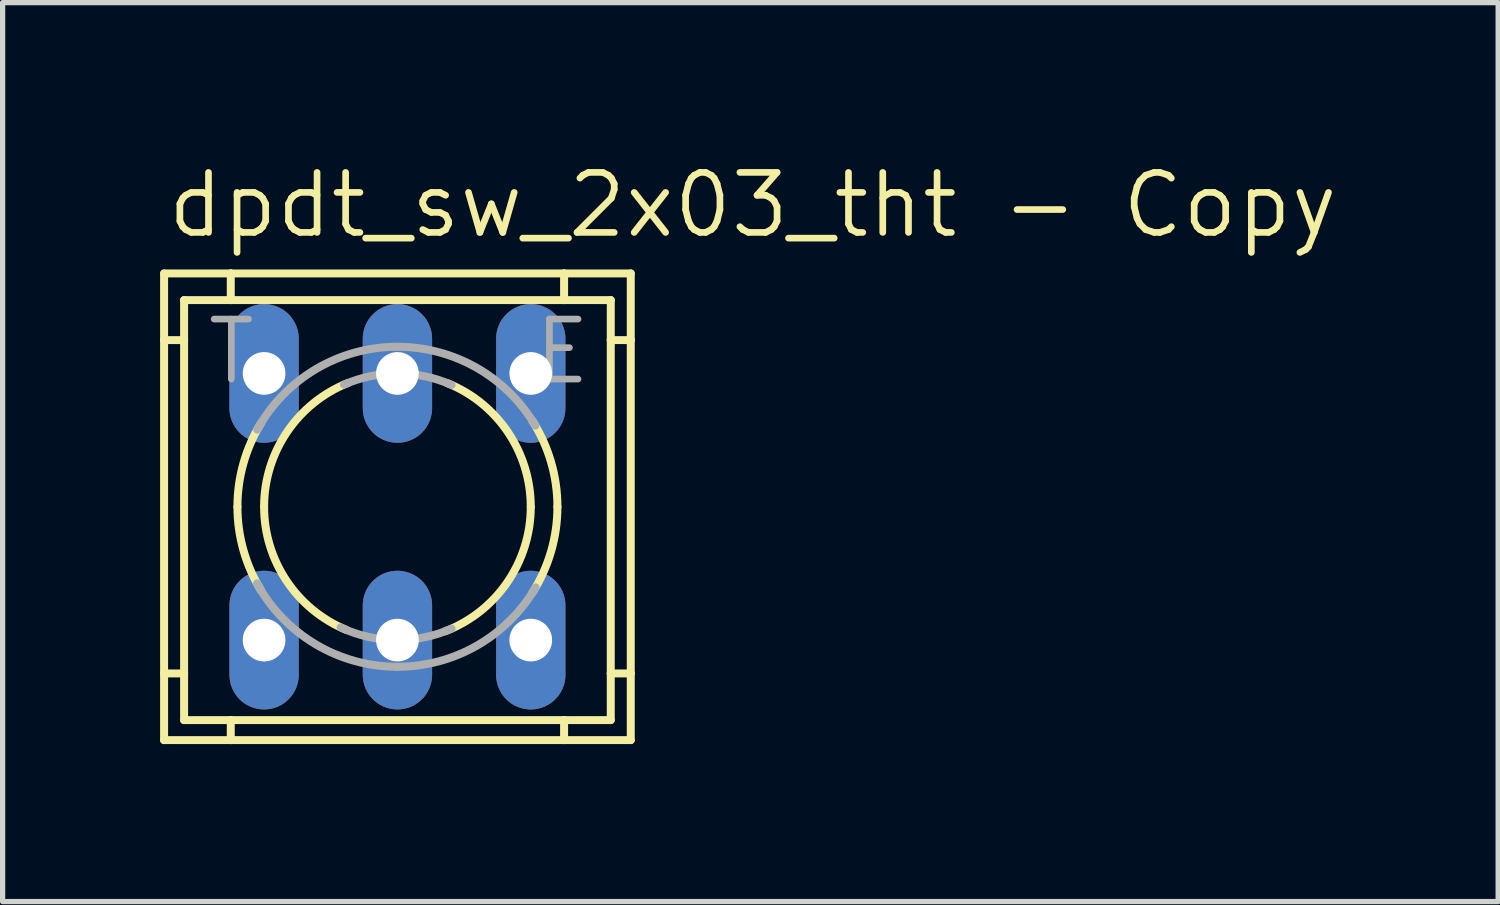
<source format=kicad_pcb>
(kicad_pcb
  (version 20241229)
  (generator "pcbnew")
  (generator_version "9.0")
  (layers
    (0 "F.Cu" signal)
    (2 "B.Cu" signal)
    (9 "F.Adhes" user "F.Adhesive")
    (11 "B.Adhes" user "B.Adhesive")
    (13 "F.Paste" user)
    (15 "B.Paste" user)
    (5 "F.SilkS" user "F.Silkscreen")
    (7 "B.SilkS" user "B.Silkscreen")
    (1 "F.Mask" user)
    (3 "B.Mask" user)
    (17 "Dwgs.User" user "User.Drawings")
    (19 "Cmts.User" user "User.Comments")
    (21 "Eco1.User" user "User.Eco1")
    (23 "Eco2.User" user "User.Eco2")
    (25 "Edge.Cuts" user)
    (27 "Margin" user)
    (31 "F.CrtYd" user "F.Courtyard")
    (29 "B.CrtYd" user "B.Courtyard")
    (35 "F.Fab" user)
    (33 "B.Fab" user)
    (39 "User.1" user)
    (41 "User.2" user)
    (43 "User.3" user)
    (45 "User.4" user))
  (footprint "dpdt_sw_2x03_tht - Copy"
    (layer "F.Cu")
    (at 4.521 6.604)
    (property "Reference" "dpdt_sw_2x03_tht - Copy" (at -4.445 -5.08 0) (layer "F.SilkS") (effects (font (size 1.143 1.143) (thickness 0.127)) (justify left bottom)))
    (fp_line (start -4.445 -4.445) (end -4.445 -3.175) (stroke (width 0.152) (type solid)) (layer "F.SilkS"))
    (fp_line (start -4.445 -4.445) (end -3.175 -4.445) (stroke (width 0.152) (type solid)) (layer "F.SilkS"))
    (fp_line (start -4.445 -3.175) (end -4.445 3.175) (stroke (width 0.152) (type solid)) (layer "F.SilkS"))
    (fp_line (start -4.445 -3.175) (end -4.064 -3.175) (stroke (width 0.152) (type solid)) (layer "F.SilkS"))
    (fp_line (start -4.445 3.175) (end -4.445 4.445) (stroke (width 0.152) (type solid)) (layer "F.SilkS"))
    (fp_line (start -4.445 3.175) (end -4.064 3.175) (stroke (width 0.152) (type solid)) (layer "F.SilkS"))
    (fp_line (start -4.064 -3.937) (end -4.064 -3.175) (stroke (width 0.152) (type solid)) (layer "F.SilkS"))
    (fp_line (start -4.064 -3.937) (end -3.175 -3.937) (stroke (width 0.152) (type solid)) (layer "F.SilkS"))
    (fp_line (start -4.064 -3.175) (end -4.064 3.175) (stroke (width 0.152) (type solid)) (layer "F.SilkS"))
    (fp_line (start -4.064 3.175) (end -4.064 4.064) (stroke (width 0.152) (type solid)) (layer "F.SilkS"))
    (fp_line (start -3.175 -4.445) (end 3.175 -4.445) (stroke (width 0.152) (type solid)) (layer "F.SilkS"))
    (fp_line (start -3.175 -3.937) (end -3.175 -4.445) (stroke (width 0.152) (type solid)) (layer "F.SilkS"))
    (fp_line (start -3.175 -3.937) (end 3.175 -3.937) (stroke (width 0.152) (type solid)) (layer "F.SilkS"))
    (fp_line (start -3.175 4.064) (end -4.064 4.064) (stroke (width 0.152) (type solid)) (layer "F.SilkS"))
    (fp_line (start -3.175 4.445) (end -4.445 4.445) (stroke (width 0.152) (type solid)) (layer "F.SilkS"))
    (fp_line (start -3.175 4.445) (end -3.175 4.064) (stroke (width 0.152) (type solid)) (layer "F.SilkS"))
    (fp_line (start 3.175 -4.445) (end 4.445 -4.445) (stroke (width 0.152) (type solid)) (layer "F.SilkS"))
    (fp_line (start 3.175 -3.937) (end 3.175 -4.445) (stroke (width 0.152) (type solid)) (layer "F.SilkS"))
    (fp_line (start 3.175 -3.937) (end 4.064 -3.937) (stroke (width 0.152) (type solid)) (layer "F.SilkS"))
    (fp_line (start 3.175 4.064) (end -3.175 4.064) (stroke (width 0.152) (type solid)) (layer "F.SilkS"))
    (fp_line (start 3.175 4.445) (end -3.175 4.445) (stroke (width 0.152) (type solid)) (layer "F.SilkS"))
    (fp_line (start 3.175 4.445) (end 3.175 4.064) (stroke (width 0.152) (type solid)) (layer "F.SilkS"))
    (fp_line (start 4.064 -3.175) (end 4.064 -3.937) (stroke (width 0.152) (type solid)) (layer "F.SilkS"))
    (fp_line (start 4.064 -3.175) (end 4.445 -3.175) (stroke (width 0.152) (type solid)) (layer "F.SilkS"))
    (fp_line (start 4.064 3.175) (end 4.064 -3.175) (stroke (width 0.152) (type solid)) (layer "F.SilkS"))
    (fp_line (start 4.064 3.175) (end 4.445 3.175) (stroke (width 0.152) (type solid)) (layer "F.SilkS"))
    (fp_line (start 4.064 4.064) (end 3.175 4.064) (stroke (width 0.152) (type solid)) (layer "F.SilkS"))
    (fp_line (start 4.064 4.064) (end 4.064 3.175) (stroke (width 0.152) (type solid)) (layer "F.SilkS"))
    (fp_line (start 4.445 -3.175) (end 4.445 -4.445) (stroke (width 0.152) (type solid)) (layer "F.SilkS"))
    (fp_line (start 4.445 3.175) (end 4.445 -3.175) (stroke (width 0.152) (type solid)) (layer "F.SilkS"))
    (fp_line (start 4.445 4.445) (end 3.175 4.445) (stroke (width 0.152) (type solid)) (layer "F.SilkS"))
    (fp_line (start 4.445 4.445) (end 4.445 3.175) (stroke (width 0.152) (type solid)) (layer "F.SilkS"))
    (fp_arc (start -3.048 0) (mid -2.932801 -0.830073) (end -2.5959 -1.5974) (stroke (width 0.1524) (type solid)) (layer "F.SilkS"))
    (fp_arc (start -2.6008 1.5894) (mid -2.934073 0.825558) (end -3.048 0) (stroke (width 0.1524) (type solid)) (layer "F.SilkS"))
    (fp_arc (start -2.54 0) (mid -2.103269 -1.423986) (end -0.943301 -2.3583) (stroke (width 0.1524) (type solid)) (layer "F.SilkS"))
    (fp_arc (start -0.9769 2.3446) (mid -2.113394 1.408934) (end -2.54 0) (stroke (width 0.1524) (type solid)) (layer "F.SilkS"))
    (fp_arc (start 0.9433 -2.3583) (mid 2.10331 -1.423995) (end 2.5401 0) (stroke (width 0.1524) (type solid)) (layer "F.SilkS"))
    (fp_arc (start 2.54 0) (mid 2.093749 1.437989) (end 0.9118 2.3707) (stroke (width 0.1524) (type solid)) (layer "F.SilkS"))
    (fp_arc (start 2.5715 -1.6364) (mid 2.926456 -0.852183) (end 3.048 0) (stroke (width 0.1524) (type solid)) (layer "F.SilkS"))
    (fp_arc (start 3.048 0) (mid 2.926456 0.852183) (end 2.5715 1.6364) (stroke (width 0.1524) (type solid)) (layer "F.SilkS"))
    (fp_arc (start -2.6707 -1.4689) (mid -1.551306 -2.623691) (end 0 -3.048) (stroke (width 0.1524) (type solid)) (layer "F.Fab"))
    (fp_arc (start -1.0181 -2.327) (mid -0.52007 -2.486173) (end 0 -2.54) (stroke (width 0.1524) (type solid)) (layer "F.Fab"))
    (fp_arc (start 0 -3.048) (mid 1.513277 -2.645822) (end 2.6272 -1.5454) (stroke (width 0.1524) (type solid)) (layer "F.Fab"))
    (fp_arc (start 0 -2.54) (mid 0.527286 -2.484678) (end 1.0316 -2.3211) (stroke (width 0.1524) (type solid)) (layer "F.Fab"))
    (fp_arc (start 0 2.54) (mid -0.554098 2.478801) (end -1.0815 2.2982) (stroke (width 0.1524) (type solid)) (layer "F.Fab"))
    (fp_arc (start 0 3.048) (mid -1.555888 2.620948) (end -2.6758 1.4595) (stroke (width 0.1524) (type solid)) (layer "F.Fab"))
    (fp_arc (start 1.0316 2.3211) (mid 0.527286 2.484678) (end 0 2.54) (stroke (width 0.1524) (type solid)) (layer "F.Fab"))
    (fp_arc (start 2.6328 1.5358) (mid 1.51809 2.64305) (end 0 3.048) (stroke (width 0.1524) (type solid)) (layer "F.Fab"))
    (fp_text user "E" (at 2.54 -2.286 0) (layer "F.Fab") (effects (font (size 1.143 1.143) (thickness 0.127)) (justify left bottom)))
    (fp_text user "T" (at -3.683 -2.286 0) (layer "F.Fab") (effects (font (size 1.143 1.143) (thickness 0.127)) (justify left bottom)))
    (pad "1" thru_hole oval (at -2.54 -2.54 90) (size 2.642 1.321) (drill 0.813) (layers "*.Cu" "*.Mask"))
    (pad "2" thru_hole oval (at 0 -2.54 90) (size 2.642 1.321) (drill 0.813) (layers "*.Cu" "*.Mask"))
    (pad "3" thru_hole oval (at 2.54 -2.54 90) (size 2.642 1.321) (drill 0.813) (layers "*.Cu" "*.Mask"))
    (pad "4" thru_hole oval (at -2.54 2.54 90) (size 2.642 1.321) (drill 0.813) (layers "*.Cu" "*.Mask"))
    (pad "5" thru_hole oval (at 0 2.54 90) (size 2.642 1.321) (drill 0.813) (layers "*.Cu" "*.Mask"))
    (pad "6" thru_hole oval (at 2.54 2.54 90) (size 2.642 1.321) (drill 0.813) (layers "*.Cu" "*.Mask")))
  (gr_rect
    (start -3 -3)
    (end 25.49 14.125)
    (stroke (width 0.1) (type default))
    (fill no)
    (layer "Edge.Cuts")))
</source>
